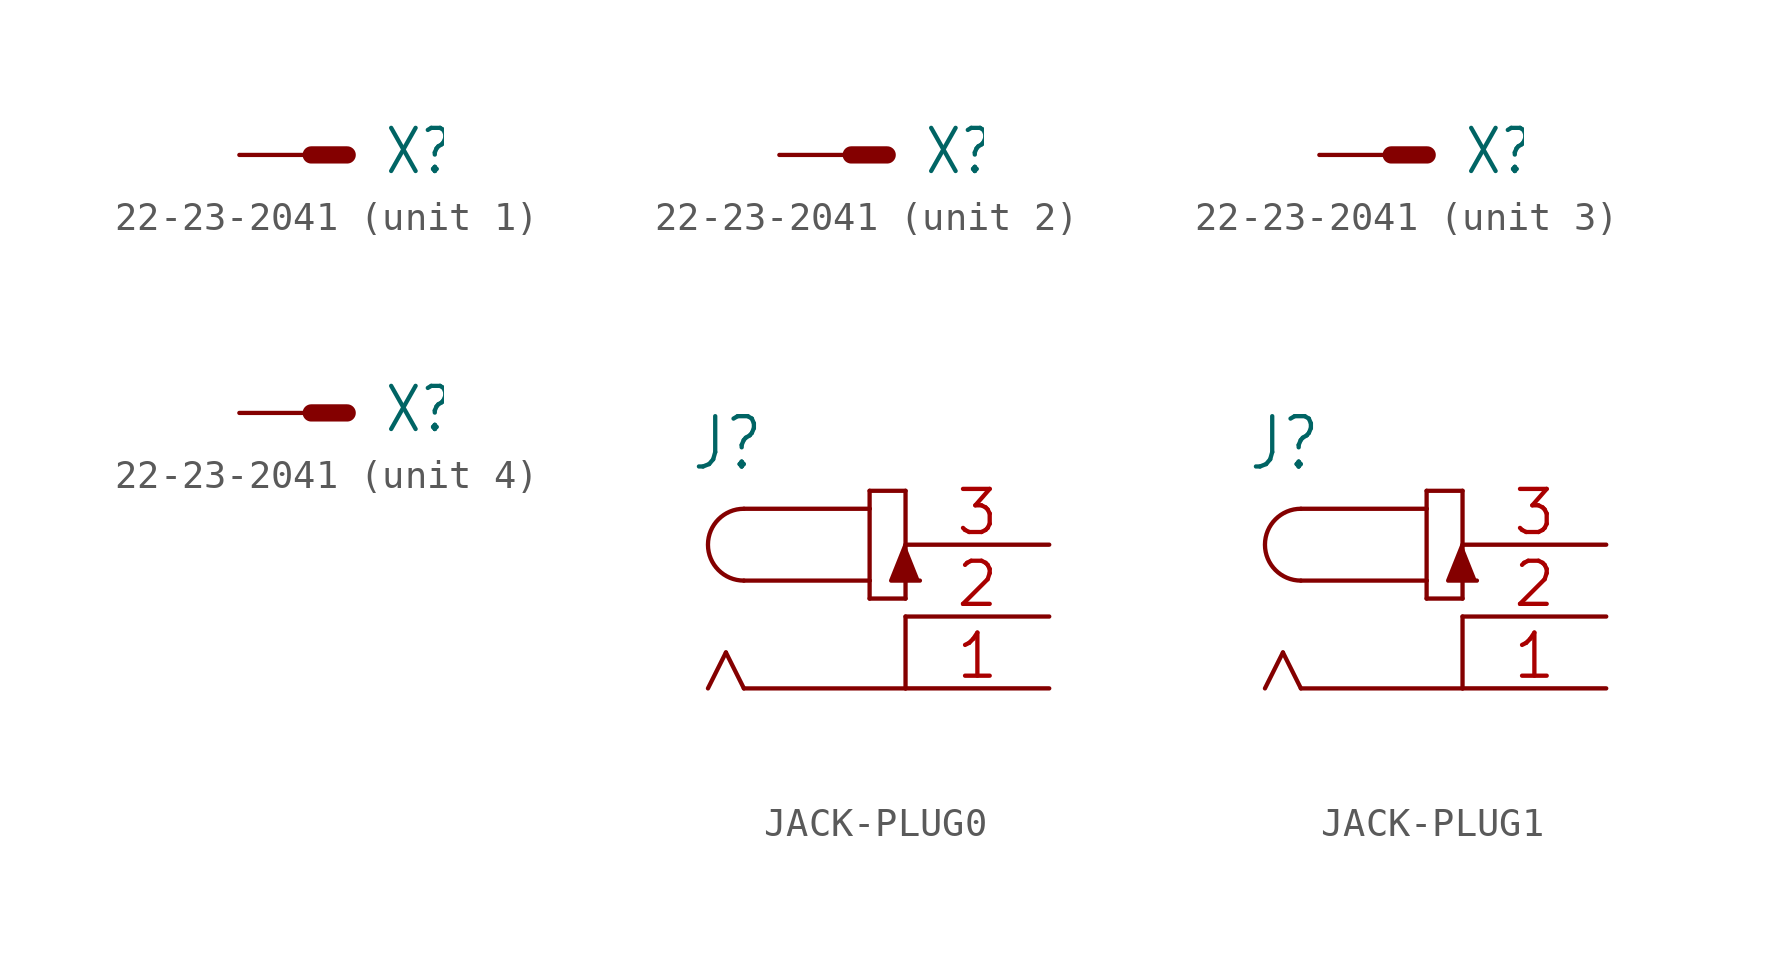
<source format=kicad_sym>
(kicad_symbol_lib
  (version 20241209)
  (generator "kicad_symbol_editor")
  (generator_version "9.0")
  (symbol "22-23-2041"
    (property "Reference" "X"
      (at 2.54 -0.762 0)
      (effects (font (size 1.524 1.295)) (justify left bottom)))
    (property "ki_locked" ""
      (at 0 0 0)
      (effects (font (size 1.27 1.27))))
    (symbol "22-23-2041_1_0"
      (polyline (pts (xy 1.27 0) (xy 0 0)) (stroke (width 0.61) (type solid)) (fill (type none)))
      (pin passive line (at -2.54 0 0) (length 2.54) (name "S" (effects (font (size 0 0)))) (number "1" (effects (font (size 0 0))))))
    (symbol "22-23-2041_2_0"
      (polyline (pts (xy 1.27 0) (xy 0 0)) (stroke (width 0.61) (type solid)) (fill (type none)))
      (pin passive line (at -2.54 0 0) (length 2.54) (name "S" (effects (font (size 0 0)))) (number "2" (effects (font (size 0 0))))))
    (symbol "22-23-2041_3_0"
      (polyline (pts (xy 1.27 0) (xy 0 0)) (stroke (width 0.61) (type solid)) (fill (type none)))
      (pin passive line (at -2.54 0 0) (length 2.54) (name "S" (effects (font (size 0 0)))) (number "3" (effects (font (size 0 0))))))
    (symbol "22-23-2041_4_0"
      (polyline (pts (xy 1.27 0) (xy 0 0)) (stroke (width 0.61) (type solid)) (fill (type none)))
      (pin passive line (at -2.54 0 0) (length 2.54) (name "S" (effects (font (size 0 0)))) (number "4" (effects (font (size 0 0)))))))
  (symbol "JACK-PLUG0"
    (property "Reference" "J"
      (at -7.62 5.08 0)
      (effects (font (size 1.778 1.511)) (justify left bottom)))
    (property "Value" ""
      (at -7.62 -5.08 0)
      (effects (font (size 1.778 1.511)) (justify left bottom)))
    (property "ki_locked" ""
      (at 0 0 0)
      (effects (font (size 1.27 1.27))))
    (symbol "JACK-PLUG0_1_0"
      (polyline (pts (xy -6.35 -1.27) (xy -6.985 -2.54)) (stroke (width 0.152) (type solid)) (fill (type none)))
      (polyline (pts (xy -5.715 3.81) (xy -1.27 3.81)) (stroke (width 0.152) (type solid)) (fill (type none)))
      (arc (start -5.715 1.27) (mid -6.985 2.54) (end -5.715 3.81) (stroke (width 0.1524) (type solid)) (fill (type none)))
      (polyline (pts (xy -5.715 -2.54) (xy -6.35 -1.27)) (stroke (width 0.152) (type solid)) (fill (type none)))
      (polyline (pts (xy -1.27 4.445) (xy -1.27 3.81)) (stroke (width 0.152) (type solid)) (fill (type none)))
      (polyline (pts (xy -1.27 3.81) (xy -1.27 1.27)) (stroke (width 0.152) (type solid)) (fill (type none)))
      (polyline (pts (xy -1.27 1.27) (xy -5.715 1.27)) (stroke (width 0.152) (type solid)) (fill (type none)))
      (polyline (pts (xy -1.27 1.27) (xy -1.27 0.635)) (stroke (width 0.152) (type solid)) (fill (type none)))
      (polyline (pts (xy -1.27 0.635) (xy 0 0.635)) (stroke (width 0.152) (type solid)) (fill (type none)))
      (polyline (pts (xy 0 4.445) (xy -1.27 4.445)) (stroke (width 0.152) (type solid)) (fill (type none)))
      (polyline (pts (xy 0 2.54) (xy -0.508 1.27) (xy 0.508 1.27)) (stroke (width 0.152) (type solid)) (fill (type outline)))
      (polyline (pts (xy 0 0.635) (xy 0 4.445)) (stroke (width 0.152) (type solid)) (fill (type none)))
      (polyline (pts (xy 0 0) (xy 0 -2.54)) (stroke (width 0.152) (type solid)) (fill (type none)))
      (polyline (pts (xy 0 -2.54) (xy -5.715 -2.54)) (stroke (width 0.152) (type solid)) (fill (type none)))
      (pin passive line (at 5.08 2.54 180) (length 5.08) (name "3" (effects (font (size 0 0)))) (number "3" (effects (font (size 1.524 1.524)))))
      (pin passive line (at 5.08 0 180) (length 5.08) (name "2" (effects (font (size 0 0)))) (number "2" (effects (font (size 1.524 1.524)))))
      (pin passive line (at 5.08 -2.54 180) (length 5.08) (name "1" (effects (font (size 0 0)))) (number "1" (effects (font (size 1.524 1.524)))))))
  (symbol "JACK-PLUG1"
    (property "Reference" "J"
      (at -7.62 5.08 0)
      (effects (font (size 1.778 1.511)) (justify left bottom)))
    (property "Value" ""
      (at -7.62 -5.08 0)
      (effects (font (size 1.778 1.511)) (justify left bottom)))
    (property "ki_locked" ""
      (at 0 0 0)
      (effects (font (size 1.27 1.27))))
    (symbol "JACK-PLUG1_1_0"
      (polyline (pts (xy -6.35 -1.27) (xy -6.985 -2.54)) (stroke (width 0.152) (type solid)) (fill (type none)))
      (polyline (pts (xy -5.715 3.81) (xy -1.27 3.81)) (stroke (width 0.152) (type solid)) (fill (type none)))
      (arc (start -5.715 1.27) (mid -6.985 2.54) (end -5.715 3.81) (stroke (width 0.1524) (type solid)) (fill (type none)))
      (polyline (pts (xy -5.715 -2.54) (xy -6.35 -1.27)) (stroke (width 0.152) (type solid)) (fill (type none)))
      (polyline (pts (xy -1.27 4.445) (xy -1.27 3.81)) (stroke (width 0.152) (type solid)) (fill (type none)))
      (polyline (pts (xy -1.27 3.81) (xy -1.27 1.27)) (stroke (width 0.152) (type solid)) (fill (type none)))
      (polyline (pts (xy -1.27 1.27) (xy -5.715 1.27)) (stroke (width 0.152) (type solid)) (fill (type none)))
      (polyline (pts (xy -1.27 1.27) (xy -1.27 0.635)) (stroke (width 0.152) (type solid)) (fill (type none)))
      (polyline (pts (xy -1.27 0.635) (xy 0 0.635)) (stroke (width 0.152) (type solid)) (fill (type none)))
      (polyline (pts (xy 0 4.445) (xy -1.27 4.445)) (stroke (width 0.152) (type solid)) (fill (type none)))
      (polyline (pts (xy 0 2.54) (xy -0.508 1.27) (xy 0.508 1.27)) (stroke (width 0.152) (type solid)) (fill (type outline)))
      (polyline (pts (xy 0 0.635) (xy 0 4.445)) (stroke (width 0.152) (type solid)) (fill (type none)))
      (polyline (pts (xy 0 0) (xy 0 -2.54)) (stroke (width 0.152) (type solid)) (fill (type none)))
      (polyline (pts (xy 0 -2.54) (xy -5.715 -2.54)) (stroke (width 0.152) (type solid)) (fill (type none)))
      (pin passive line (at 5.08 2.54 180) (length 5.08) (name "3" (effects (font (size 0 0)))) (number "3" (effects (font (size 1.524 1.524)))))
      (pin passive line (at 5.08 0 180) (length 5.08) (name "2" (effects (font (size 0 0)))) (number "2" (effects (font (size 1.524 1.524)))))
      (pin passive line (at 5.08 -2.54 180) (length 5.08) (name "1" (effects (font (size 0 0)))) (number "1" (effects (font (size 1.524 1.524))))))))
</source>
